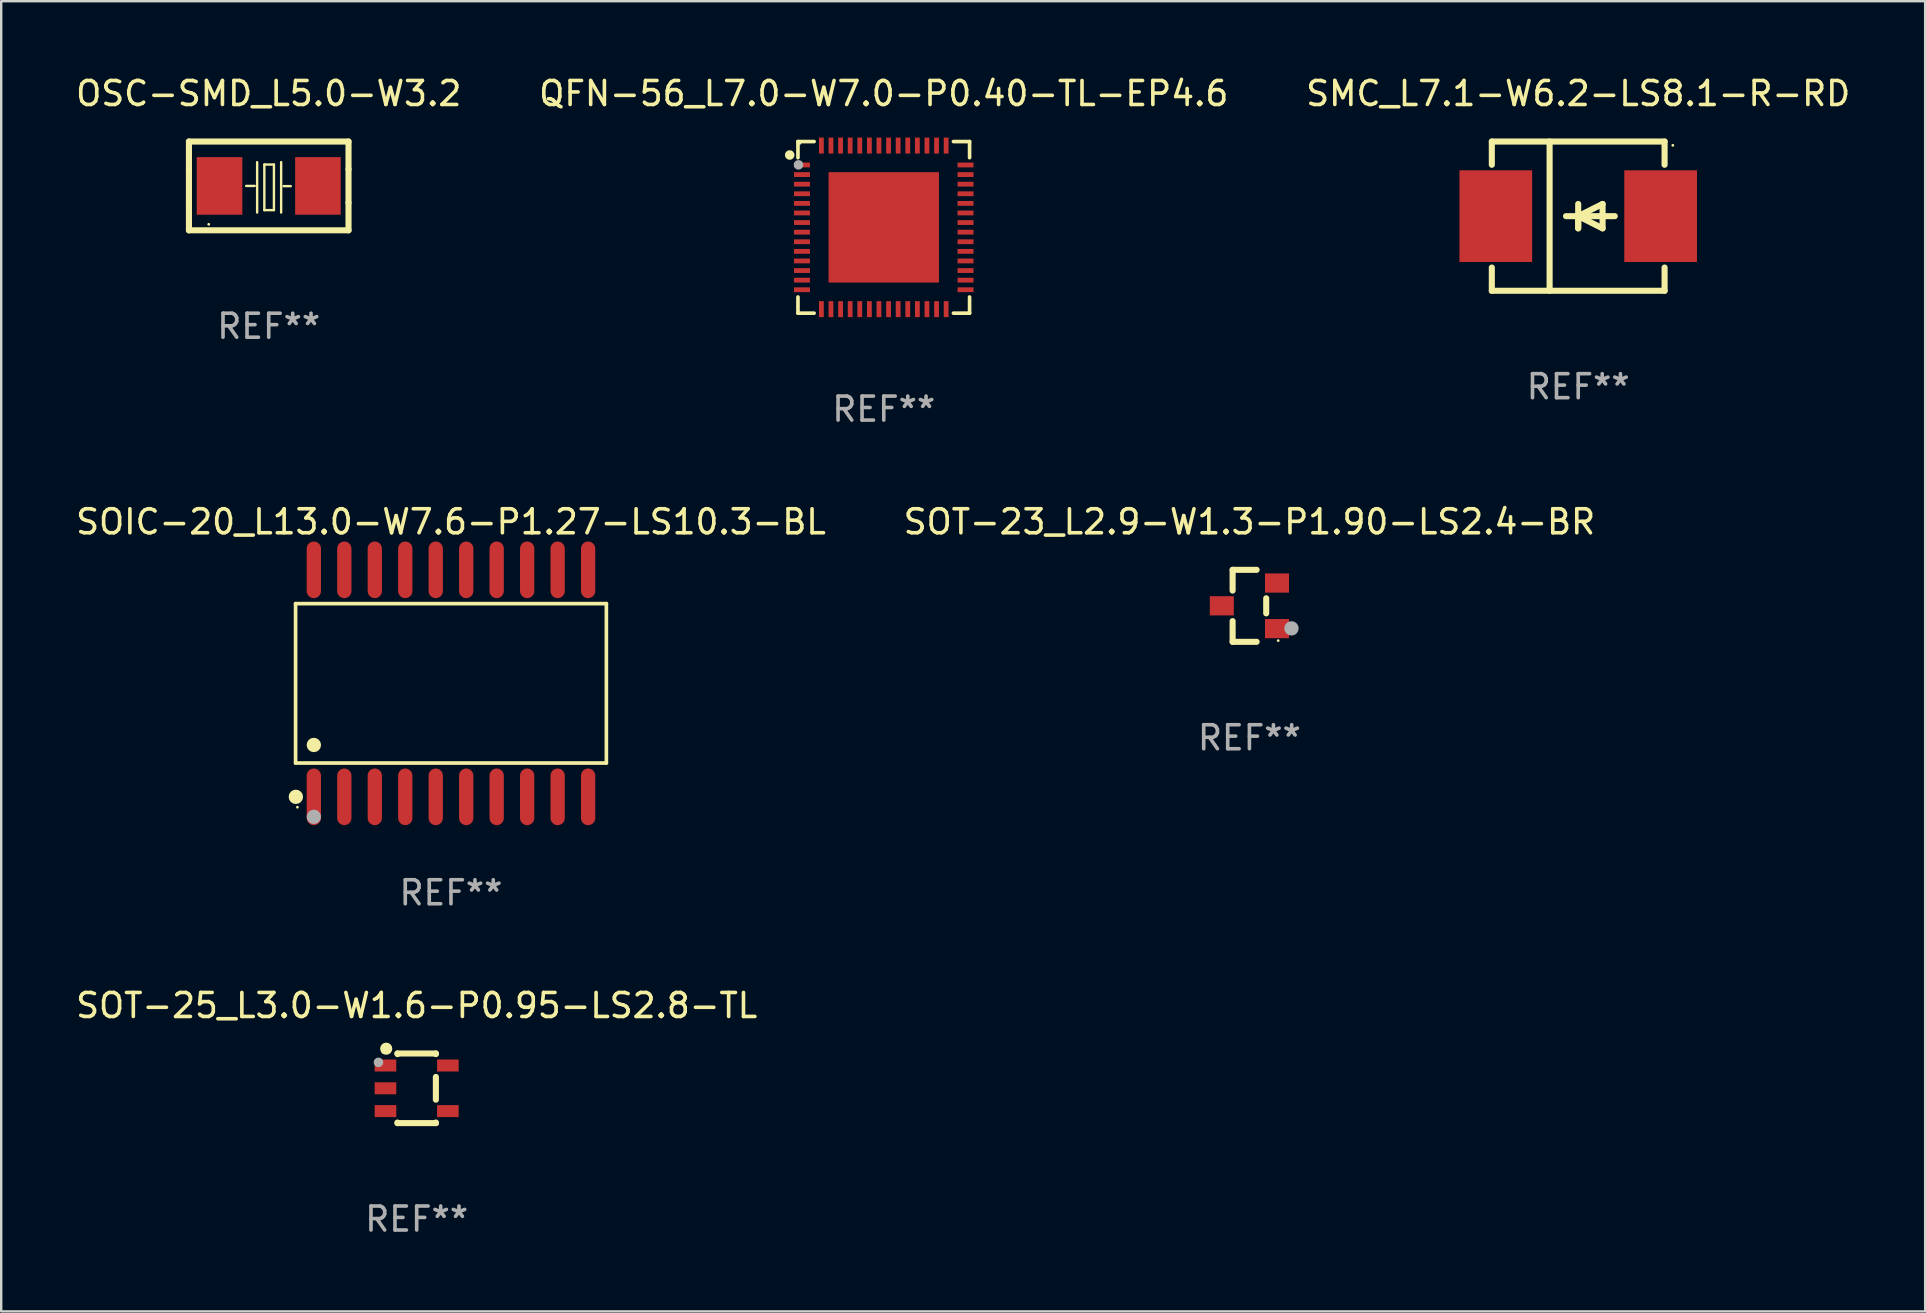
<source format=kicad_pcb>
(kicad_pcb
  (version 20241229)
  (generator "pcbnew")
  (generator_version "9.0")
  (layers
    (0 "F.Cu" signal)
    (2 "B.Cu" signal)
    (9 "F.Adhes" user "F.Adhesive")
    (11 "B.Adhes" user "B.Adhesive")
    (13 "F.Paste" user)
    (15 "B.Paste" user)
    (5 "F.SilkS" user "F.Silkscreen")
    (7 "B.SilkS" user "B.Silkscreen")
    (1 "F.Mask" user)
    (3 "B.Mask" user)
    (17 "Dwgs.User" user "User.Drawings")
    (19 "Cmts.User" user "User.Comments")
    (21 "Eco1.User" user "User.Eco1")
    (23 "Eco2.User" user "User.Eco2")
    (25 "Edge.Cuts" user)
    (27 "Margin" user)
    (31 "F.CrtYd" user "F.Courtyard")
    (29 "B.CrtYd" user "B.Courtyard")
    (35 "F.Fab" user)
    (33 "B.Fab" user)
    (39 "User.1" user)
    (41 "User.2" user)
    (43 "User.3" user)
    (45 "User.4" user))
  (footprint "SMC_L7.1-W6.2-LS8.1-R-RD"
    (layer "F.Cu")
    (at 62.72 5.958)
    (property "Reference" "SMC_L7.1-W6.2-LS8.1-R-RD" (at -0.000025 -5.11 0) (layer "F.SilkS") (effects (font (size 1 1) (thickness 0.15))))
    (attr through_hole)
    (fp_line (start -3.6 -3.11) (end -3.6 -2.141) (stroke (width 0.254) (type solid)) (layer "F.SilkS"))
    (fp_line (start -3.6 -3.11) (end 3.6 -3.11) (stroke (width 0.254) (type solid)) (layer "F.SilkS"))
    (fp_line (start -3.6 2.141) (end -3.6 3.11) (stroke (width 0.254) (type solid)) (layer "F.SilkS"))
    (fp_line (start -3.6 3.11) (end 3.6 3.11) (stroke (width 0.254) (type solid)) (layer "F.SilkS"))
    (fp_line (start -1.192 -3.11) (end -1.192 3.11) (stroke (width 0.254) (type solid)) (layer "F.SilkS"))
    (fp_line (start -0.000025 0) (end -0.000025 0.508) (stroke (width 0.254) (type solid)) (layer "F.SilkS"))
    (fp_line (start -0.000025 0) (end 1.016 0.508) (stroke (width 0.254) (type solid)) (layer "F.SilkS"))
    (fp_line (start -0.000025 0.508) (end -0.000025 -0.508) (stroke (width 0.254) (type solid)) (layer "F.SilkS"))
    (fp_line (start 1.016 -0.508) (end -0.000025 0) (stroke (width 0.254) (type solid)) (layer "F.SilkS"))
    (fp_line (start 1.016 0.508) (end 1.016 -0.508) (stroke (width 0.254) (type solid)) (layer "F.SilkS"))
    (fp_line (start 1.524 0) (end -0.508 0) (stroke (width 0.254) (type solid)) (layer "F.SilkS"))
    (fp_line (start 3.6 -3.11) (end 3.6 -2.141) (stroke (width 0.254) (type solid)) (layer "F.SilkS"))
    (fp_line (start 3.6 2.141) (end 3.6 3.11) (stroke (width 0.254) (type solid)) (layer "F.SilkS"))
    (fp_circle (center 3.943 -2.952) (end 3.973 -2.952) (stroke (width 0.06) (type solid)) (fill no) (layer "F.SilkS"))
    (fp_text user "REF**" (at -0.000025 7.11 0) (layer "F.Fab") (effects (font (size 1 1) (thickness 0.15))))
    (pad "1" smd rect (at 3.435 0 180) (size 3.03 3.82) (layers "F.Cu" "F.Mask" "F.Paste"))
    (pad "2" smd rect (at -3.435 0 180) (size 3.03 3.82) (layers "F.Cu" "F.Mask" "F.Paste")))
  (footprint "SOT-25_L3.0-W1.6-P0.95-LS2.8-TL"
    (layer "F.Cu")
    (at 14.315 42.304)
    (property "Reference" "SOT-25_L3.0-W1.6-P0.95-LS2.8-TL" (at 0 -3.45 0) (layer "F.SilkS") (effects (font (size 1 1) (thickness 0.15))))
    (attr through_hole)
    (fp_line (start -0.8 -1.45) (end -0.8 -1.426) (stroke (width 0.254) (type solid)) (layer "F.SilkS"))
    (fp_line (start -0.8 -1.45) (end 0.8 -1.45) (stroke (width 0.254) (type solid)) (layer "F.SilkS"))
    (fp_line (start -0.8 1.426) (end -0.8 1.45) (stroke (width 0.254) (type solid)) (layer "F.SilkS"))
    (fp_line (start -0.8 1.45) (end 0.8 1.45) (stroke (width 0.254) (type solid)) (layer "F.SilkS"))
    (fp_line (start 0.8 -1.426) (end 0.8 -1.45) (stroke (width 0.254) (type solid)) (layer "F.SilkS"))
    (fp_line (start 0.8 0.474) (end 0.8 -0.474) (stroke (width 0.254) (type solid)) (layer "F.SilkS"))
    (fp_line (start 0.8 1.45) (end 0.8 1.426) (stroke (width 0.254) (type solid)) (layer "F.SilkS"))
    (fp_circle (center -1.4 -1.5) (end -1.37 -1.5) (stroke (width 0.06) (type solid)) (fill no) (layer "F.SilkS"))
    (fp_circle (center -1.27 -1.651) (end -1.143 -1.651) (stroke (width 0.254) (type solid)) (fill no) (layer "F.SilkS"))
    (fp_circle (center -1.593 -1.081) (end -1.493 -1.081) (stroke (width 0.2) (type solid)) (fill no) (layer "F.Fab"))
    (fp_text user "REF**" (at 0 5.45 0) (layer "F.Fab") (effects (font (size 1 1) (thickness 0.15))))
    (pad "1" smd rect (at -1.3 -0.95 270) (size 0.5 0.9) (layers "F.Cu" "F.Mask" "F.Paste"))
    (pad "2" smd rect (at -1.3 0 270) (size 0.5 0.9) (layers "F.Cu" "F.Mask" "F.Paste"))
    (pad "3" smd rect (at -1.3 0.95 270) (size 0.5 0.9) (layers "F.Cu" "F.Mask" "F.Paste"))
    (pad "4" smd rect (at 1.3 0.95 270) (size 0.5 0.9) (layers "F.Cu" "F.Mask" "F.Paste"))
    (pad "5" smd rect (at 1.3 -0.95 270) (size 0.5 0.9) (layers "F.Cu" "F.Mask" "F.Paste")))
  (footprint "SOT-23_L2.9-W1.3-P1.90-LS2.4-BR"
    (layer "F.Cu")
    (at 49.018 22.197)
    (property "Reference" "SOT-23_L2.9-W1.3-P1.90-LS2.4-BR" (at 0 -3.5 0) (layer "F.SilkS") (effects (font (size 1 1) (thickness 0.15))))
    (attr through_hole)
    (fp_line (start -0.7 -1.5) (end 0.3 -1.5) (stroke (width 0.254) (type solid)) (layer "F.SilkS"))
    (fp_line (start -0.7 -0.636) (end -0.7 -1.5) (stroke (width 0.254) (type solid)) (layer "F.SilkS"))
    (fp_line (start -0.7 1.5) (end -0.7 0.636) (stroke (width 0.254) (type solid)) (layer "F.SilkS"))
    (fp_line (start -0.7 1.5) (end 0.3 1.5) (stroke (width 0.254) (type solid)) (layer "F.SilkS"))
    (fp_line (start 0.7 0.314) (end 0.7 -0.314) (stroke (width 0.254) (type solid)) (layer "F.SilkS"))
    (fp_circle (center 1.2 1.45) (end 1.23 1.45) (stroke (width 0.06) (type solid)) (fill no) (layer "F.SilkS"))
    (fp_circle (center 1.753 0.94) (end 1.903 0.94) (stroke (width 0.3) (type solid)) (fill no) (layer "F.Fab"))
    (fp_text user "REF**" (at 0 5.5 0) (layer "F.Fab") (effects (font (size 1 1) (thickness 0.15))))
    (pad "1" smd rect (at 1.15 0.95 180) (size 1 0.8) (layers "F.Cu" "F.Mask" "F.Paste"))
    (pad "2" smd rect (at 1.15 -0.95 180) (size 1 0.8) (layers "F.Cu" "F.Mask" "F.Paste"))
    (pad "3" smd rect (at -1.15 -0.000051 180) (size 1 0.8) (layers "F.Cu" "F.Mask" "F.Paste")))
  (footprint "SOIC-20_L13.0-W7.6-P1.27-LS10.3-BL"
    (layer "F.Cu")
    (at 15.744 25.427)
    (property "Reference" "SOIC-20_L13.0-W7.6-P1.27-LS10.3-BL" (at 0 -6.73 0) (layer "F.SilkS") (effects (font (size 1 1) (thickness 0.15))))
    (attr through_hole)
    (fp_line (start -6.476 -3.321) (end 6.476 -3.321) (stroke (width 0.152) (type solid)) (layer "F.SilkS"))
    (fp_line (start -6.476 3.321) (end -6.476 -3.321) (stroke (width 0.152) (type solid)) (layer "F.SilkS"))
    (fp_line (start 6.476 -3.321) (end 6.476 3.321) (stroke (width 0.152) (type solid)) (layer "F.SilkS"))
    (fp_line (start 6.476 3.321) (end -6.476 3.321) (stroke (width 0.152) (type solid)) (layer "F.SilkS"))
    (fp_circle (center -6.465 4.73) (end -6.315 4.73) (stroke (width 0.3) (type solid)) (fill no) (layer "F.SilkS"))
    (fp_circle (center -6.4 5.163) (end -6.37 5.163) (stroke (width 0.06) (type solid)) (fill no) (layer "F.SilkS"))
    (fp_circle (center -5.715 2.569) (end -5.565 2.569) (stroke (width 0.3) (type solid)) (fill no) (layer "F.SilkS"))
    (fp_circle (center -5.715 5.563) (end -5.565 5.563) (stroke (width 0.3) (type solid)) (fill no) (layer "F.Fab"))
    (fp_text user "REF**" (at 0 8.73 0) (layer "F.Fab") (effects (font (size 1 1) (thickness 0.15))))
    (pad "1" smd oval (at -5.715 4.73) (size 0.595 2.36) (layers "F.Cu" "F.Mask" "F.Paste"))
    (pad "2" smd oval (at -4.445 4.73) (size 0.595 2.36) (layers "F.Cu" "F.Mask" "F.Paste"))
    (pad "3" smd oval (at -3.175 4.73) (size 0.595 2.36) (layers "F.Cu" "F.Mask" "F.Paste"))
    (pad "4" smd oval (at -1.905 4.73) (size 0.595 2.36) (layers "F.Cu" "F.Mask" "F.Paste"))
    (pad "5" smd oval (at -0.635 4.73) (size 0.595 2.36) (layers "F.Cu" "F.Mask" "F.Paste"))
    (pad "6" smd oval (at 0.635 4.73) (size 0.595 2.36) (layers "F.Cu" "F.Mask" "F.Paste"))
    (pad "7" smd oval (at 1.905 4.73) (size 0.595 2.36) (layers "F.Cu" "F.Mask" "F.Paste"))
    (pad "8" smd oval (at 3.175 4.73) (size 0.595 2.36) (layers "F.Cu" "F.Mask" "F.Paste"))
    (pad "9" smd oval (at 4.445 4.73) (size 0.595 2.36) (layers "F.Cu" "F.Mask" "F.Paste"))
    (pad "10" smd oval (at 5.715 4.73) (size 0.595 2.36) (layers "F.Cu" "F.Mask" "F.Paste"))
    (pad "11" smd oval (at 5.715 -4.73) (size 0.595 2.36) (layers "F.Cu" "F.Mask" "F.Paste"))
    (pad "12" smd oval (at 4.445 -4.73) (size 0.595 2.36) (layers "F.Cu" "F.Mask" "F.Paste"))
    (pad "13" smd oval (at 3.175 -4.73) (size 0.595 2.36) (layers "F.Cu" "F.Mask" "F.Paste"))
    (pad "14" smd oval (at 1.905 -4.73) (size 0.595 2.36) (layers "F.Cu" "F.Mask" "F.Paste"))
    (pad "15" smd oval (at 0.635 -4.73) (size 0.595 2.36) (layers "F.Cu" "F.Mask" "F.Paste"))
    (pad "16" smd oval (at -0.635 -4.73) (size 0.595 2.36) (layers "F.Cu" "F.Mask" "F.Paste"))
    (pad "17" smd oval (at -1.905 -4.73) (size 0.595 2.36) (layers "F.Cu" "F.Mask" "F.Paste"))
    (pad "18" smd oval (at -3.175 -4.73) (size 0.595 2.36) (layers "F.Cu" "F.Mask" "F.Paste"))
    (pad "19" smd oval (at -4.445 -4.73) (size 0.595 2.36) (layers "F.Cu" "F.Mask" "F.Paste"))
    (pad "20" smd oval (at -5.715 -4.73) (size 0.595 2.36) (layers "F.Cu" "F.Mask" "F.Paste")))
  (footprint "QFN-56_L7.0-W7.0-P0.40-TL-EP4.6"
    (layer "F.Cu")
    (at 33.78 6.425)
    (property "Reference" "QFN-56_L7.0-W7.0-P0.40-TL-EP4.6" (at 0.000076 -5.576 0) (layer "F.SilkS") (effects (font (size 1 1) (thickness 0.15))))
    (attr through_hole)
    (fp_line (start -3.576 -3.576) (end -3.576 -2.903) (stroke (width 0.152) (type solid)) (layer "F.SilkS"))
    (fp_line (start -3.576 3.576) (end -3.576 2.902) (stroke (width 0.152) (type solid)) (layer "F.SilkS"))
    (fp_line (start -2.902 -3.576) (end -3.576 -3.576) (stroke (width 0.152) (type solid)) (layer "F.SilkS"))
    (fp_line (start -2.902 3.576) (end -3.576 3.576) (stroke (width 0.152) (type solid)) (layer "F.SilkS"))
    (fp_line (start 2.903 -3.576) (end 3.576 -3.576) (stroke (width 0.152) (type solid)) (layer "F.SilkS"))
    (fp_line (start 2.903 3.576) (end 3.576 3.576) (stroke (width 0.152) (type solid)) (layer "F.SilkS"))
    (fp_line (start 3.576 -3.576) (end 3.576 -2.903) (stroke (width 0.152) (type solid)) (layer "F.SilkS"))
    (fp_line (start 3.576 3.576) (end 3.576 2.902) (stroke (width 0.152) (type solid)) (layer "F.SilkS"))
    (fp_circle (center -3.92 -3.015) (end -3.82 -3.015) (stroke (width 0.2) (type solid)) (fill no) (layer "F.SilkS"))
    (fp_circle (center -3.5 -3.5) (end -3.47 -3.5) (stroke (width 0.06) (type solid)) (fill no) (layer "F.SilkS"))
    (fp_circle (center -3.555 -2.605) (end -3.455 -2.605) (stroke (width 0.2) (type solid)) (fill no) (layer "F.Fab"))
    (fp_text user "REF**" (at 0.000076 7.576 0) (layer "F.Fab") (effects (font (size 1 1) (thickness 0.15))))
    (pad "1" smd rect (at -3.408 -2.6) (size 0.665 0.2) (layers "F.Cu" "F.Mask" "F.Paste"))
    (pad "2" smd rect (at -3.408 -2.2) (size 0.665 0.2) (layers "F.Cu" "F.Mask" "F.Paste"))
    (pad "3" smd rect (at -3.408 -1.8) (size 0.665 0.2) (layers "F.Cu" "F.Mask" "F.Paste"))
    (pad "4" smd rect (at -3.408 -1.4) (size 0.665 0.2) (layers "F.Cu" "F.Mask" "F.Paste"))
    (pad "5" smd rect (at -3.408 -1) (size 0.665 0.2) (layers "F.Cu" "F.Mask" "F.Paste"))
    (pad "6" smd rect (at -3.408 -0.6) (size 0.665 0.2) (layers "F.Cu" "F.Mask" "F.Paste"))
    (pad "7" smd rect (at -3.408 -0.2) (size 0.665 0.2) (layers "F.Cu" "F.Mask" "F.Paste"))
    (pad "8" smd rect (at -3.408 0.2) (size 0.665 0.2) (layers "F.Cu" "F.Mask" "F.Paste"))
    (pad "9" smd rect (at -3.408 0.6) (size 0.665 0.2) (layers "F.Cu" "F.Mask" "F.Paste"))
    (pad "10" smd rect (at -3.408 1) (size 0.665 0.2) (layers "F.Cu" "F.Mask" "F.Paste"))
    (pad "11" smd rect (at -3.408 1.4) (size 0.665 0.2) (layers "F.Cu" "F.Mask" "F.Paste"))
    (pad "12" smd rect (at -3.408 1.8) (size 0.665 0.2) (layers "F.Cu" "F.Mask" "F.Paste"))
    (pad "13" smd rect (at -3.408 2.2) (size 0.665 0.2) (layers "F.Cu" "F.Mask" "F.Paste"))
    (pad "14" smd rect (at -3.408 2.6) (size 0.665 0.2) (layers "F.Cu" "F.Mask" "F.Paste"))
    (pad "15" smd rect (at -2.6 3.408) (size 0.2 0.665) (layers "F.Cu" "F.Mask" "F.Paste"))
    (pad "16" smd rect (at -2.2 3.408) (size 0.2 0.665) (layers "F.Cu" "F.Mask" "F.Paste"))
    (pad "17" smd rect (at -1.8 3.408) (size 0.2 0.665) (layers "F.Cu" "F.Mask" "F.Paste"))
    (pad "18" smd rect (at -1.4 3.408) (size 0.2 0.665) (layers "F.Cu" "F.Mask" "F.Paste"))
    (pad "19" smd rect (at -1 3.408) (size 0.2 0.665) (layers "F.Cu" "F.Mask" "F.Paste"))
    (pad "20" smd rect (at -0.6 3.408) (size 0.2 0.665) (layers "F.Cu" "F.Mask" "F.Paste"))
    (pad "21" smd rect (at -0.2 3.408) (size 0.2 0.665) (layers "F.Cu" "F.Mask" "F.Paste"))
    (pad "22" smd rect (at 0.2 3.408) (size 0.2 0.665) (layers "F.Cu" "F.Mask" "F.Paste"))
    (pad "23" smd rect (at 0.6 3.408) (size 0.2 0.665) (layers "F.Cu" "F.Mask" "F.Paste"))
    (pad "24" smd rect (at 1 3.408) (size 0.2 0.665) (layers "F.Cu" "F.Mask" "F.Paste"))
    (pad "25" smd rect (at 1.4 3.408) (size 0.2 0.665) (layers "F.Cu" "F.Mask" "F.Paste"))
    (pad "26" smd rect (at 1.8 3.408) (size 0.2 0.665) (layers "F.Cu" "F.Mask" "F.Paste"))
    (pad "27" smd rect (at 2.2 3.408) (size 0.2 0.665) (layers "F.Cu" "F.Mask" "F.Paste"))
    (pad "28" smd rect (at 2.6 3.408) (size 0.2 0.665) (layers "F.Cu" "F.Mask" "F.Paste"))
    (pad "29" smd rect (at 3.408 2.6) (size 0.665 0.2) (layers "F.Cu" "F.Mask" "F.Paste"))
    (pad "30" smd rect (at 3.408 2.2) (size 0.665 0.2) (layers "F.Cu" "F.Mask" "F.Paste"))
    (pad "31" smd rect (at 3.408 1.8) (size 0.665 0.2) (layers "F.Cu" "F.Mask" "F.Paste"))
    (pad "32" smd rect (at 3.408 1.4) (size 0.665 0.2) (layers "F.Cu" "F.Mask" "F.Paste"))
    (pad "33" smd rect (at 3.408 1) (size 0.665 0.2) (layers "F.Cu" "F.Mask" "F.Paste"))
    (pad "34" smd rect (at 3.408 0.6) (size 0.665 0.2) (layers "F.Cu" "F.Mask" "F.Paste"))
    (pad "35" smd rect (at 3.408 0.2) (size 0.665 0.2) (layers "F.Cu" "F.Mask" "F.Paste"))
    (pad "36" smd rect (at 3.408 -0.2) (size 0.665 0.2) (layers "F.Cu" "F.Mask" "F.Paste"))
    (pad "37" smd rect (at 3.408 -0.6) (size 0.665 0.2) (layers "F.Cu" "F.Mask" "F.Paste"))
    (pad "38" smd rect (at 3.408 -1) (size 0.665 0.2) (layers "F.Cu" "F.Mask" "F.Paste"))
    (pad "39" smd rect (at 3.408 -1.4) (size 0.665 0.2) (layers "F.Cu" "F.Mask" "F.Paste"))
    (pad "40" smd rect (at 3.408 -1.8) (size 0.665 0.2) (layers "F.Cu" "F.Mask" "F.Paste"))
    (pad "41" smd rect (at 3.408 -2.2) (size 0.665 0.2) (layers "F.Cu" "F.Mask" "F.Paste"))
    (pad "42" smd rect (at 3.408 -2.6) (size 0.665 0.2) (layers "F.Cu" "F.Mask" "F.Paste"))
    (pad "43" smd rect (at 2.6 -3.408) (size 0.2 0.665) (layers "F.Cu" "F.Mask" "F.Paste"))
    (pad "44" smd rect (at 2.2 -3.408) (size 0.2 0.665) (layers "F.Cu" "F.Mask" "F.Paste"))
    (pad "45" smd rect (at 1.8 -3.408) (size 0.2 0.665) (layers "F.Cu" "F.Mask" "F.Paste"))
    (pad "46" smd rect (at 1.4 -3.408) (size 0.2 0.665) (layers "F.Cu" "F.Mask" "F.Paste"))
    (pad "47" smd rect (at 1 -3.408) (size 0.2 0.665) (layers "F.Cu" "F.Mask" "F.Paste"))
    (pad "48" smd rect (at 0.6 -3.408) (size 0.2 0.665) (layers "F.Cu" "F.Mask" "F.Paste"))
    (pad "49" smd rect (at 0.2 -3.408) (size 0.2 0.665) (layers "F.Cu" "F.Mask" "F.Paste"))
    (pad "50" smd rect (at -0.2 -3.408) (size 0.2 0.665) (layers "F.Cu" "F.Mask" "F.Paste"))
    (pad "51" smd rect (at -0.6 -3.408) (size 0.2 0.665) (layers "F.Cu" "F.Mask" "F.Paste"))
    (pad "52" smd rect (at -1 -3.408) (size 0.2 0.665) (layers "F.Cu" "F.Mask" "F.Paste"))
    (pad "53" smd rect (at -1.4 -3.408) (size 0.2 0.665) (layers "F.Cu" "F.Mask" "F.Paste"))
    (pad "54" smd rect (at -1.8 -3.408) (size 0.2 0.665) (layers "F.Cu" "F.Mask" "F.Paste"))
    (pad "55" smd rect (at -2.2 -3.408) (size 0.2 0.665) (layers "F.Cu" "F.Mask" "F.Paste"))
    (pad "56" smd rect (at -2.6 -3.408) (size 0.2 0.665) (layers "F.Cu" "F.Mask" "F.Paste"))
    (pad "57" smd rect (at 0.000127 -0.000127) (size 4.6 4.6) (layers "F.Cu" "F.Mask" "F.Paste")))
  (footprint "OSC-SMD_L5.0-W3.2"
    (layer "F.Cu")
    (at 8.149 4.698)
    (property "Reference" "OSC-SMD_L5.0-W3.2" (at 0.000013 -3.85 0) (layer "F.SilkS") (effects (font (size 1 1) (thickness 0.15))))
    (attr through_hole)
    (fp_line (start -3.325 0.7) (end -3.325 -0.7) (stroke (width 0.254) (type solid)) (layer "F.SilkS"))
    (fp_line (start -3.325 -1.85) (end 3.325 -1.85) (stroke (width 0.254) (type solid)) (layer "F.SilkS"))
    (fp_line (start -3.325 -0.7) (end -3.325 -1.85) (stroke (width 0.254) (type solid)) (layer "F.SilkS"))
    (fp_line (start -3.325 1.85) (end -3.325 0.7) (stroke (width 0.254) (type solid)) (layer "F.SilkS"))
    (fp_line (start -0.94 0) (end -0.584 0) (stroke (width 0.1) (type solid)) (layer "F.SilkS"))
    (fp_line (start -0.483 -0.991) (end -0.483 1.109) (stroke (width 0.1) (type solid)) (layer "F.SilkS"))
    (fp_line (start -0.183 -0.89) (end -0.183 1.009) (stroke (width 0.1) (type solid)) (layer "F.SilkS"))
    (fp_line (start -0.183 1.009) (end 0.217 1.009) (stroke (width 0.1) (type solid)) (layer "F.SilkS"))
    (fp_line (start 0.217 -0.89) (end -0.183 -0.89) (stroke (width 0.1) (type solid)) (layer "F.SilkS"))
    (fp_line (start 0.217 1.009) (end 0.217 -0.89) (stroke (width 0.1) (type solid)) (layer "F.SilkS"))
    (fp_line (start 0.517 -0.991) (end 0.517 1.109) (stroke (width 0.1) (type solid)) (layer "F.SilkS"))
    (fp_line (start 0.617 0.009) (end 0.917 0.009) (stroke (width 0.1) (type solid)) (layer "F.SilkS"))
    (fp_line (start 3.325 -1.85) (end 3.325 -0.7) (stroke (width 0.254) (type solid)) (layer "F.SilkS"))
    (fp_line (start 3.325 0.7) (end 3.325 1.85) (stroke (width 0.254) (type solid)) (layer "F.SilkS"))
    (fp_line (start 3.325 1.85) (end -3.325 1.85) (stroke (width 0.254) (type solid)) (layer "F.SilkS"))
    (fp_line (start 3.325 -0.7) (end 3.325 0.7) (stroke (width 0.254) (type solid)) (layer "F.SilkS"))
    (fp_circle (center -2.5 1.6) (end -2.47 1.6) (stroke (width 0.06) (type solid)) (fill no) (layer "F.SilkS"))
    (fp_text user "REF**" (at 0.000013 5.85 0) (layer "F.Fab") (effects (font (size 1 1) (thickness 0.15))))
    (pad "1" smd rect (at -2.05 0) (size 1.9 2.4) (layers "F.Cu" "F.Mask" "F.Paste"))
    (pad "2" smd rect (at 2.05 0) (size 1.9 2.4) (layers "F.Cu" "F.Mask" "F.Paste")))
  (gr_rect
    (start -3 -3)
    (end 77.179 51.602)
    (stroke (width 0.1) (type default))
    (fill no)
    (layer "Edge.Cuts")))
</source>
